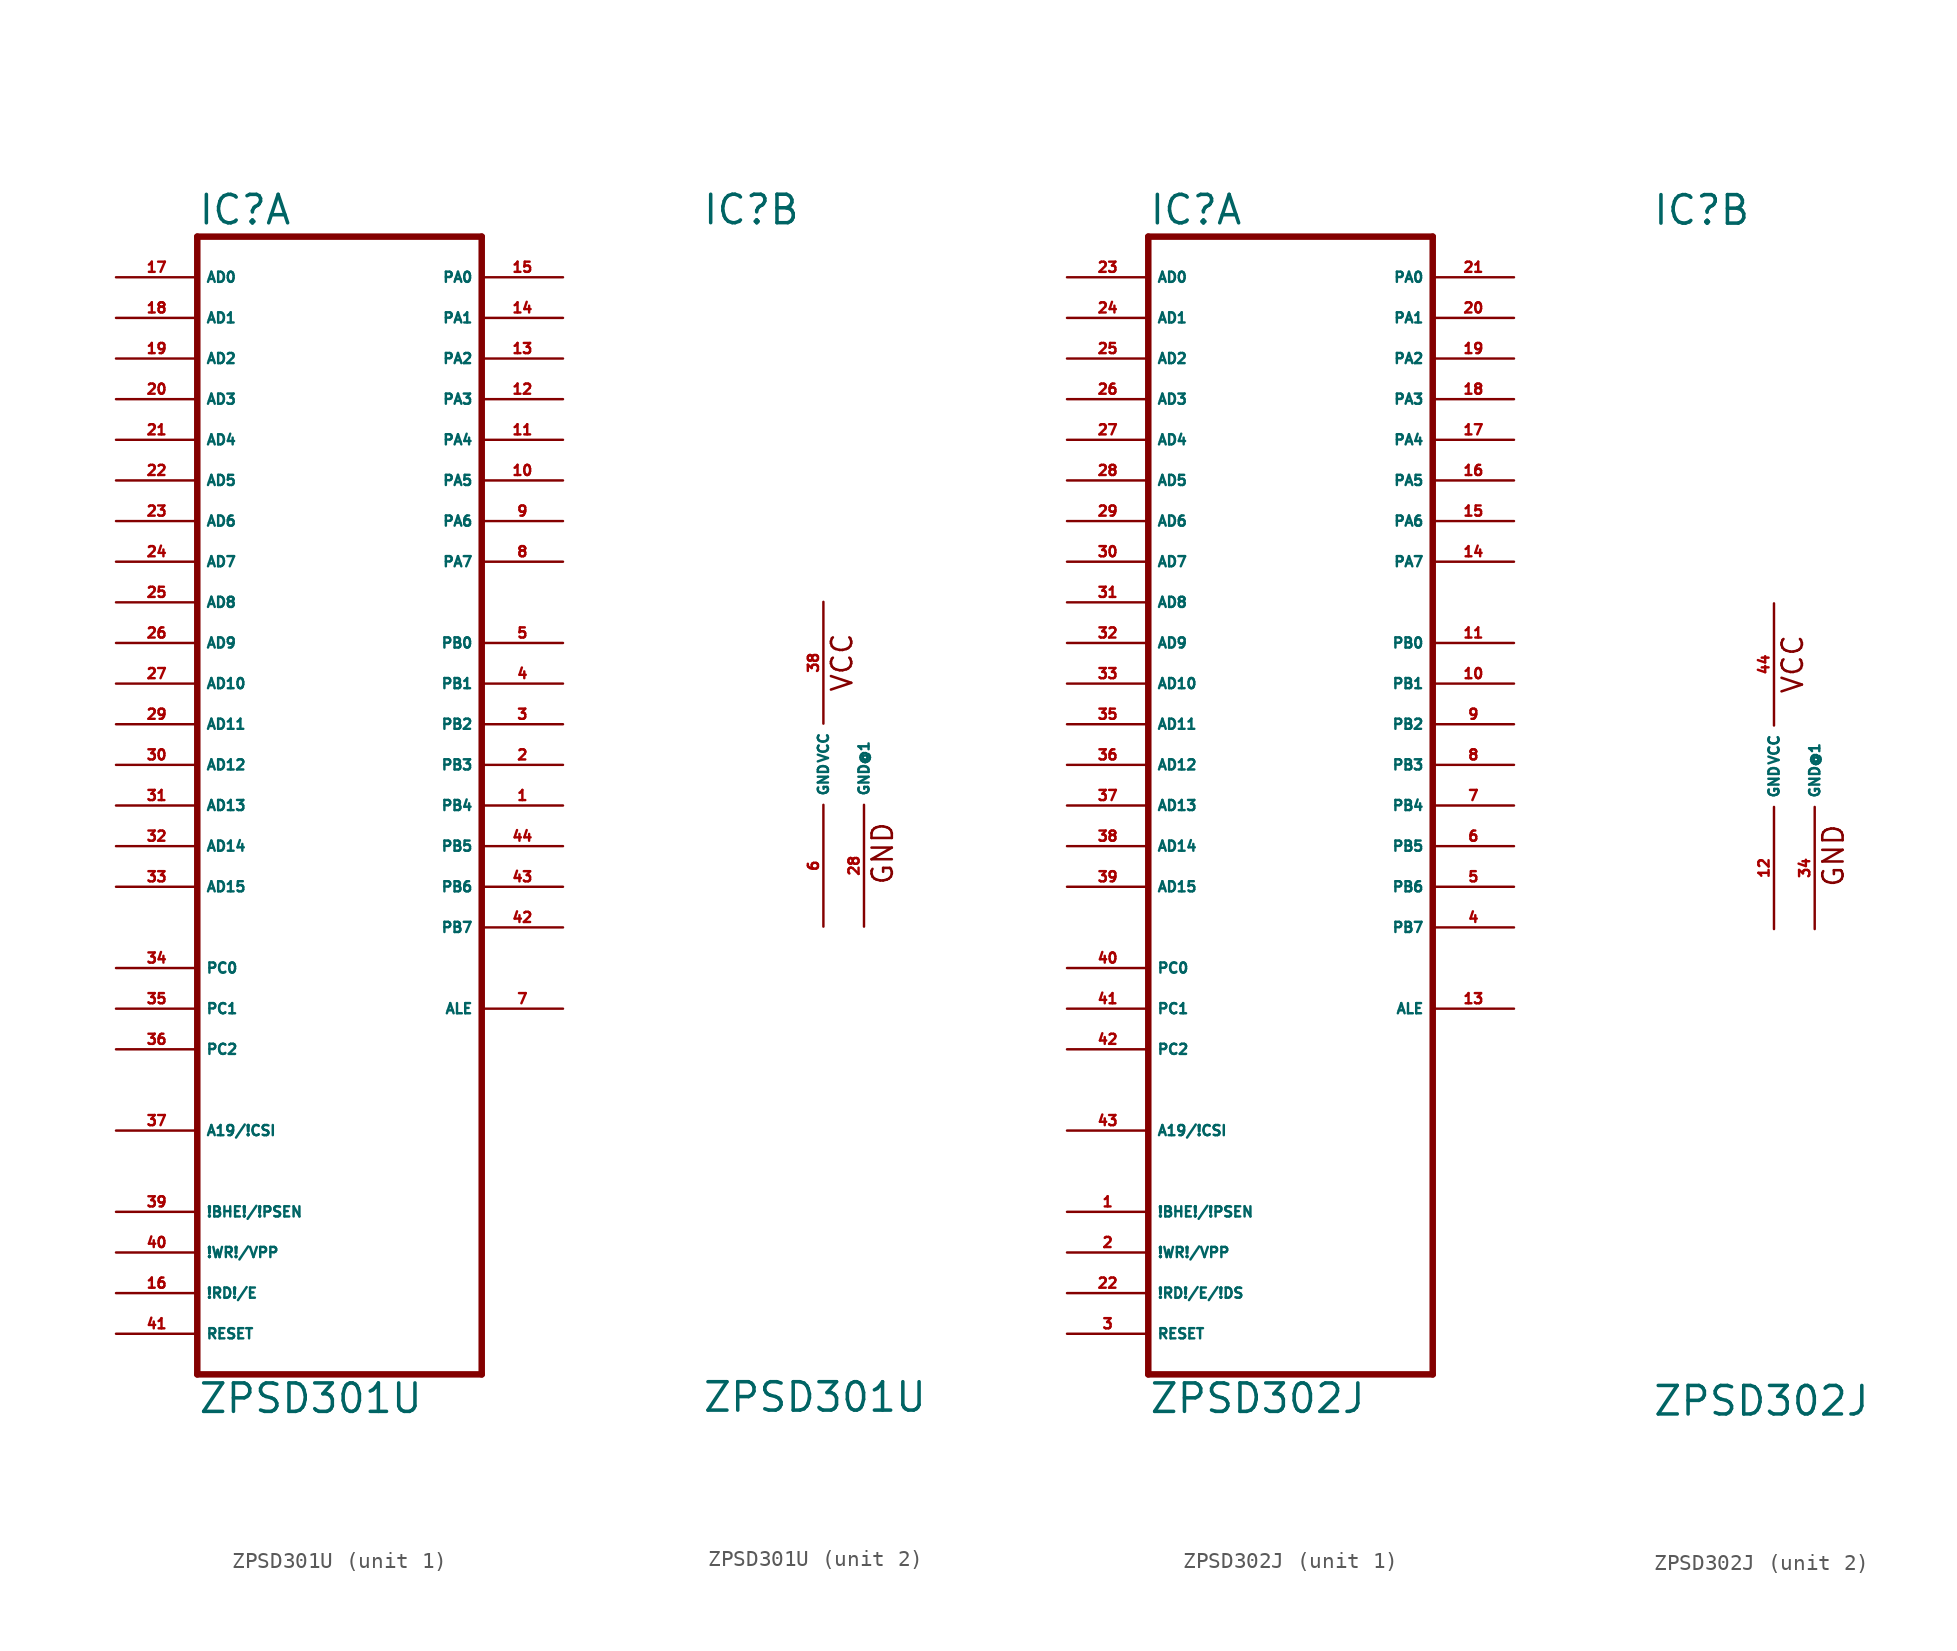
<source format=kicad_sym>
(kicad_symbol_lib
  (version 20220914)
  (generator Eagle2Kicad)
  (symbol "ZPSD301U"
    (property "Reference" "IC"
      (at -7.62 33.655 0)
      (effects (font (size 1.778 1.778) (thickness 0.22)) (justify left bottom)))
    (property "Value" "ZPSD301U"
      (at -7.62 -40.64 0)
      (effects (font (size 1.778 1.778) (thickness 0.22)) (justify left bottom)))
    (symbol "ZPSD301U_1_0"
      (polyline (pts (xy -7.62 -38.1) (xy 10.16 -38.1)) (stroke (width 0.406) (type default)) (fill (type none)))
      (polyline (pts (xy 10.16 -38.1) (xy 10.16 33.02)) (stroke (width 0.406) (type default)) (fill (type none)))
      (polyline (pts (xy 10.16 33.02) (xy -7.62 33.02)) (stroke (width 0.406) (type default)) (fill (type none)))
      (polyline (pts (xy -7.62 33.02) (xy -7.62 -38.1)) (stroke (width 0.406) (type default)) (fill (type none)))
      (pin input line (at -12.7 30.48 0) (length 5.08) (name "AD0" (effects (font (size 0.635 0.635) (thickness 0.08)) (justify left bottom))) (number "17" (effects (font (size 0.635 0.635) (thickness 0.08)) (justify left bottom))))
      (pin input line (at -12.7 27.94 0) (length 5.08) (name "AD1" (effects (font (size 0.635 0.635) (thickness 0.08)) (justify left bottom))) (number "18" (effects (font (size 0.635 0.635) (thickness 0.08)) (justify left bottom))))
      (pin input line (at -12.7 25.4 0) (length 5.08) (name "AD2" (effects (font (size 0.635 0.635) (thickness 0.08)) (justify left bottom))) (number "19" (effects (font (size 0.635 0.635) (thickness 0.08)) (justify left bottom))))
      (pin input line (at -12.7 22.86 0) (length 5.08) (name "AD3" (effects (font (size 0.635 0.635) (thickness 0.08)) (justify left bottom))) (number "20" (effects (font (size 0.635 0.635) (thickness 0.08)) (justify left bottom))))
      (pin input line (at -12.7 20.32 0) (length 5.08) (name "AD4" (effects (font (size 0.635 0.635) (thickness 0.08)) (justify left bottom))) (number "21" (effects (font (size 0.635 0.635) (thickness 0.08)) (justify left bottom))))
      (pin input line (at -12.7 17.78 0) (length 5.08) (name "AD5" (effects (font (size 0.635 0.635) (thickness 0.08)) (justify left bottom))) (number "22" (effects (font (size 0.635 0.635) (thickness 0.08)) (justify left bottom))))
      (pin input line (at -12.7 15.24 0) (length 5.08) (name "AD6" (effects (font (size 0.635 0.635) (thickness 0.08)) (justify left bottom))) (number "23" (effects (font (size 0.635 0.635) (thickness 0.08)) (justify left bottom))))
      (pin input line (at -12.7 12.7 0) (length 5.08) (name "AD7" (effects (font (size 0.635 0.635) (thickness 0.08)) (justify left bottom))) (number "24" (effects (font (size 0.635 0.635) (thickness 0.08)) (justify left bottom))))
      (pin input line (at -12.7 10.16 0) (length 5.08) (name "AD8" (effects (font (size 0.635 0.635) (thickness 0.08)) (justify left bottom))) (number "25" (effects (font (size 0.635 0.635) (thickness 0.08)) (justify left bottom))))
      (pin input line (at -12.7 7.62 0) (length 5.08) (name "AD9" (effects (font (size 0.635 0.635) (thickness 0.08)) (justify left bottom))) (number "26" (effects (font (size 0.635 0.635) (thickness 0.08)) (justify left bottom))))
      (pin input line (at -12.7 5.08 0) (length 5.08) (name "AD10" (effects (font (size 0.635 0.635) (thickness 0.08)) (justify left bottom))) (number "27" (effects (font (size 0.635 0.635) (thickness 0.08)) (justify left bottom))))
      (pin input line (at -12.7 2.54 0) (length 5.08) (name "AD11" (effects (font (size 0.635 0.635) (thickness 0.08)) (justify left bottom))) (number "29" (effects (font (size 0.635 0.635) (thickness 0.08)) (justify left bottom))))
      (pin input line (at -12.7 0 0) (length 5.08) (name "AD12" (effects (font (size 0.635 0.635) (thickness 0.08)) (justify left bottom))) (number "30" (effects (font (size 0.635 0.635) (thickness 0.08)) (justify left bottom))))
      (pin input line (at -12.7 -2.54 0) (length 5.08) (name "AD13" (effects (font (size 0.635 0.635) (thickness 0.08)) (justify left bottom))) (number "31" (effects (font (size 0.635 0.635) (thickness 0.08)) (justify left bottom))))
      (pin input line (at -12.7 -5.08 0) (length 5.08) (name "AD14" (effects (font (size 0.635 0.635) (thickness 0.08)) (justify left bottom))) (number "32" (effects (font (size 0.635 0.635) (thickness 0.08)) (justify left bottom))))
      (pin input line (at -12.7 -7.62 0) (length 5.08) (name "AD15" (effects (font (size 0.635 0.635) (thickness 0.08)) (justify left bottom))) (number "33" (effects (font (size 0.635 0.635) (thickness 0.08)) (justify left bottom))))
      (pin input line (at -12.7 -12.7 0) (length 5.08) (name "PC0" (effects (font (size 0.635 0.635) (thickness 0.08)) (justify left bottom))) (number "34" (effects (font (size 0.635 0.635) (thickness 0.08)) (justify left bottom))))
      (pin input line (at -12.7 -15.24 0) (length 5.08) (name "PC1" (effects (font (size 0.635 0.635) (thickness 0.08)) (justify left bottom))) (number "35" (effects (font (size 0.635 0.635) (thickness 0.08)) (justify left bottom))))
      (pin input line (at -12.7 -17.78 0) (length 5.08) (name "PC2" (effects (font (size 0.635 0.635) (thickness 0.08)) (justify left bottom))) (number "36" (effects (font (size 0.635 0.635) (thickness 0.08)) (justify left bottom))))
      (pin input line (at -12.7 -22.86 0) (length 5.08) (name "A19/!CSI" (effects (font (size 0.635 0.635) (thickness 0.08)) (justify left bottom))) (number "37" (effects (font (size 0.635 0.635) (thickness 0.08)) (justify left bottom))))
      (pin bidirectional line (at 15.24 30.48 180) (length 5.08) (name "PA0" (effects (font (size 0.635 0.635) (thickness 0.08)) (justify left bottom))) (number "15" (effects (font (size 0.635 0.635) (thickness 0.08)) (justify left bottom))))
      (pin bidirectional line (at 15.24 27.94 180) (length 5.08) (name "PA1" (effects (font (size 0.635 0.635) (thickness 0.08)) (justify left bottom))) (number "14" (effects (font (size 0.635 0.635) (thickness 0.08)) (justify left bottom))))
      (pin bidirectional line (at 15.24 25.4 180) (length 5.08) (name "PA2" (effects (font (size 0.635 0.635) (thickness 0.08)) (justify left bottom))) (number "13" (effects (font (size 0.635 0.635) (thickness 0.08)) (justify left bottom))))
      (pin bidirectional line (at 15.24 22.86 180) (length 5.08) (name "PA3" (effects (font (size 0.635 0.635) (thickness 0.08)) (justify left bottom))) (number "12" (effects (font (size 0.635 0.635) (thickness 0.08)) (justify left bottom))))
      (pin bidirectional line (at 15.24 20.32 180) (length 5.08) (name "PA4" (effects (font (size 0.635 0.635) (thickness 0.08)) (justify left bottom))) (number "11" (effects (font (size 0.635 0.635) (thickness 0.08)) (justify left bottom))))
      (pin bidirectional line (at 15.24 17.78 180) (length 5.08) (name "PA5" (effects (font (size 0.635 0.635) (thickness 0.08)) (justify left bottom))) (number "10" (effects (font (size 0.635 0.635) (thickness 0.08)) (justify left bottom))))
      (pin bidirectional line (at 15.24 15.24 180) (length 5.08) (name "PA6" (effects (font (size 0.635 0.635) (thickness 0.08)) (justify left bottom))) (number "9" (effects (font (size 0.635 0.635) (thickness 0.08)) (justify left bottom))))
      (pin bidirectional line (at 15.24 12.7 180) (length 5.08) (name "PA7" (effects (font (size 0.635 0.635) (thickness 0.08)) (justify left bottom))) (number "8" (effects (font (size 0.635 0.635) (thickness 0.08)) (justify left bottom))))
      (pin output line (at 15.24 7.62 180) (length 5.08) (name "PB0" (effects (font (size 0.635 0.635) (thickness 0.08)) (justify left bottom))) (number "5" (effects (font (size 0.635 0.635) (thickness 0.08)) (justify left bottom))))
      (pin output line (at 15.24 5.08 180) (length 5.08) (name "PB1" (effects (font (size 0.635 0.635) (thickness 0.08)) (justify left bottom))) (number "4" (effects (font (size 0.635 0.635) (thickness 0.08)) (justify left bottom))))
      (pin output line (at 15.24 2.54 180) (length 5.08) (name "PB2" (effects (font (size 0.635 0.635) (thickness 0.08)) (justify left bottom))) (number "3" (effects (font (size 0.635 0.635) (thickness 0.08)) (justify left bottom))))
      (pin output line (at 15.24 0 180) (length 5.08) (name "PB3" (effects (font (size 0.635 0.635) (thickness 0.08)) (justify left bottom))) (number "2" (effects (font (size 0.635 0.635) (thickness 0.08)) (justify left bottom))))
      (pin output line (at 15.24 -2.54 180) (length 5.08) (name "PB4" (effects (font (size 0.635 0.635) (thickness 0.08)) (justify left bottom))) (number "1" (effects (font (size 0.635 0.635) (thickness 0.08)) (justify left bottom))))
      (pin output line (at 15.24 -5.08 180) (length 5.08) (name "PB5" (effects (font (size 0.635 0.635) (thickness 0.08)) (justify left bottom))) (number "44" (effects (font (size 0.635 0.635) (thickness 0.08)) (justify left bottom))))
      (pin output line (at 15.24 -7.62 180) (length 5.08) (name "PB6" (effects (font (size 0.635 0.635) (thickness 0.08)) (justify left bottom))) (number "43" (effects (font (size 0.635 0.635) (thickness 0.08)) (justify left bottom))))
      (pin output line (at 15.24 -10.16 180) (length 5.08) (name "PB7" (effects (font (size 0.635 0.635) (thickness 0.08)) (justify left bottom))) (number "42" (effects (font (size 0.635 0.635) (thickness 0.08)) (justify left bottom))))
      (pin output line (at 15.24 -15.24 180) (length 5.08) (name "ALE" (effects (font (size 0.635 0.635) (thickness 0.08)) (justify left bottom))) (number "7" (effects (font (size 0.635 0.635) (thickness 0.08)) (justify left bottom))))
      (pin input line (at -12.7 -27.94 0) (length 5.08) (name "!BHE!/!PSEN" (effects (font (size 0.635 0.635) (thickness 0.08)) (justify left bottom))) (number "39" (effects (font (size 0.635 0.635) (thickness 0.08)) (justify left bottom))))
      (pin input line (at -12.7 -30.48 0) (length 5.08) (name "!WR!/VPP" (effects (font (size 0.635 0.635) (thickness 0.08)) (justify left bottom))) (number "40" (effects (font (size 0.635 0.635) (thickness 0.08)) (justify left bottom))))
      (pin input line (at -12.7 -33.02 0) (length 5.08) (name "!RD!/E" (effects (font (size 0.635 0.635) (thickness 0.08)) (justify left bottom))) (number "16" (effects (font (size 0.635 0.635) (thickness 0.08)) (justify left bottom))))
      (pin input line (at -12.7 -35.56 0) (length 5.08) (name "RESET" (effects (font (size 0.635 0.635) (thickness 0.08)) (justify left bottom))) (number "41" (effects (font (size 0.635 0.635) (thickness 0.08)) (justify left bottom)))))
    (symbol "ZPSD301U_2_0"
      (text "VCC" (at 1.905 4.445 900) (effects (font (size 1.27 1.27) (thickness 0.16)) (justify left bottom)))
      (text "GND" (at 4.445 -7.62 900) (effects (font (size 1.27 1.27) (thickness 0.16)) (justify left bottom)))
      (pin unspecified line (at 0 10.16 270) (length 7.62) (name "VCC" (effects (font (size 0.635 0.635) (thickness 0.08)) (justify left bottom))) (number "38" (effects (font (size 0.635 0.635) (thickness 0.08)) (justify left bottom))))
      (pin unspecified line (at 0 -10.16 90) (length 7.62) (name "GND" (effects (font (size 0.635 0.635) (thickness 0.08)) (justify left bottom))) (number "6" (effects (font (size 0.635 0.635) (thickness 0.08)) (justify left bottom))))
      (pin unspecified line (at 2.54 -10.16 90) (length 7.62) (name "GND@1" (effects (font (size 0.635 0.635) (thickness 0.08)) (justify left bottom))) (number "28" (effects (font (size 0.635 0.635) (thickness 0.08)) (justify left bottom))))))
  (symbol "ZPSD302J"
    (property "Reference" "IC"
      (at -7.62 33.655 0)
      (effects (font (size 1.778 1.778) (thickness 0.22)) (justify left bottom)))
    (property "Value" "ZPSD302J"
      (at -7.62 -40.64 0)
      (effects (font (size 1.778 1.778) (thickness 0.22)) (justify left bottom)))
    (symbol "ZPSD302J_1_0"
      (polyline (pts (xy -7.62 -38.1) (xy 10.16 -38.1)) (stroke (width 0.406) (type default)) (fill (type none)))
      (polyline (pts (xy 10.16 -38.1) (xy 10.16 33.02)) (stroke (width 0.406) (type default)) (fill (type none)))
      (polyline (pts (xy 10.16 33.02) (xy -7.62 33.02)) (stroke (width 0.406) (type default)) (fill (type none)))
      (polyline (pts (xy -7.62 33.02) (xy -7.62 -38.1)) (stroke (width 0.406) (type default)) (fill (type none)))
      (pin input line (at -12.7 30.48 0) (length 5.08) (name "AD0" (effects (font (size 0.635 0.635) (thickness 0.08)) (justify left bottom))) (number "23" (effects (font (size 0.635 0.635) (thickness 0.08)) (justify left bottom))))
      (pin input line (at -12.7 27.94 0) (length 5.08) (name "AD1" (effects (font (size 0.635 0.635) (thickness 0.08)) (justify left bottom))) (number "24" (effects (font (size 0.635 0.635) (thickness 0.08)) (justify left bottom))))
      (pin input line (at -12.7 25.4 0) (length 5.08) (name "AD2" (effects (font (size 0.635 0.635) (thickness 0.08)) (justify left bottom))) (number "25" (effects (font (size 0.635 0.635) (thickness 0.08)) (justify left bottom))))
      (pin input line (at -12.7 22.86 0) (length 5.08) (name "AD3" (effects (font (size 0.635 0.635) (thickness 0.08)) (justify left bottom))) (number "26" (effects (font (size 0.635 0.635) (thickness 0.08)) (justify left bottom))))
      (pin input line (at -12.7 20.32 0) (length 5.08) (name "AD4" (effects (font (size 0.635 0.635) (thickness 0.08)) (justify left bottom))) (number "27" (effects (font (size 0.635 0.635) (thickness 0.08)) (justify left bottom))))
      (pin input line (at -12.7 17.78 0) (length 5.08) (name "AD5" (effects (font (size 0.635 0.635) (thickness 0.08)) (justify left bottom))) (number "28" (effects (font (size 0.635 0.635) (thickness 0.08)) (justify left bottom))))
      (pin input line (at -12.7 15.24 0) (length 5.08) (name "AD6" (effects (font (size 0.635 0.635) (thickness 0.08)) (justify left bottom))) (number "29" (effects (font (size 0.635 0.635) (thickness 0.08)) (justify left bottom))))
      (pin input line (at -12.7 12.7 0) (length 5.08) (name "AD7" (effects (font (size 0.635 0.635) (thickness 0.08)) (justify left bottom))) (number "30" (effects (font (size 0.635 0.635) (thickness 0.08)) (justify left bottom))))
      (pin input line (at -12.7 10.16 0) (length 5.08) (name "AD8" (effects (font (size 0.635 0.635) (thickness 0.08)) (justify left bottom))) (number "31" (effects (font (size 0.635 0.635) (thickness 0.08)) (justify left bottom))))
      (pin input line (at -12.7 7.62 0) (length 5.08) (name "AD9" (effects (font (size 0.635 0.635) (thickness 0.08)) (justify left bottom))) (number "32" (effects (font (size 0.635 0.635) (thickness 0.08)) (justify left bottom))))
      (pin input line (at -12.7 5.08 0) (length 5.08) (name "AD10" (effects (font (size 0.635 0.635) (thickness 0.08)) (justify left bottom))) (number "33" (effects (font (size 0.635 0.635) (thickness 0.08)) (justify left bottom))))
      (pin input line (at -12.7 2.54 0) (length 5.08) (name "AD11" (effects (font (size 0.635 0.635) (thickness 0.08)) (justify left bottom))) (number "35" (effects (font (size 0.635 0.635) (thickness 0.08)) (justify left bottom))))
      (pin input line (at -12.7 0 0) (length 5.08) (name "AD12" (effects (font (size 0.635 0.635) (thickness 0.08)) (justify left bottom))) (number "36" (effects (font (size 0.635 0.635) (thickness 0.08)) (justify left bottom))))
      (pin input line (at -12.7 -2.54 0) (length 5.08) (name "AD13" (effects (font (size 0.635 0.635) (thickness 0.08)) (justify left bottom))) (number "37" (effects (font (size 0.635 0.635) (thickness 0.08)) (justify left bottom))))
      (pin input line (at -12.7 -5.08 0) (length 5.08) (name "AD14" (effects (font (size 0.635 0.635) (thickness 0.08)) (justify left bottom))) (number "38" (effects (font (size 0.635 0.635) (thickness 0.08)) (justify left bottom))))
      (pin input line (at -12.7 -7.62 0) (length 5.08) (name "AD15" (effects (font (size 0.635 0.635) (thickness 0.08)) (justify left bottom))) (number "39" (effects (font (size 0.635 0.635) (thickness 0.08)) (justify left bottom))))
      (pin input line (at -12.7 -12.7 0) (length 5.08) (name "PC0" (effects (font (size 0.635 0.635) (thickness 0.08)) (justify left bottom))) (number "40" (effects (font (size 0.635 0.635) (thickness 0.08)) (justify left bottom))))
      (pin input line (at -12.7 -15.24 0) (length 5.08) (name "PC1" (effects (font (size 0.635 0.635) (thickness 0.08)) (justify left bottom))) (number "41" (effects (font (size 0.635 0.635) (thickness 0.08)) (justify left bottom))))
      (pin input line (at -12.7 -17.78 0) (length 5.08) (name "PC2" (effects (font (size 0.635 0.635) (thickness 0.08)) (justify left bottom))) (number "42" (effects (font (size 0.635 0.635) (thickness 0.08)) (justify left bottom))))
      (pin input line (at -12.7 -22.86 0) (length 5.08) (name "A19/!CSI" (effects (font (size 0.635 0.635) (thickness 0.08)) (justify left bottom))) (number "43" (effects (font (size 0.635 0.635) (thickness 0.08)) (justify left bottom))))
      (pin bidirectional line (at 15.24 30.48 180) (length 5.08) (name "PA0" (effects (font (size 0.635 0.635) (thickness 0.08)) (justify left bottom))) (number "21" (effects (font (size 0.635 0.635) (thickness 0.08)) (justify left bottom))))
      (pin bidirectional line (at 15.24 27.94 180) (length 5.08) (name "PA1" (effects (font (size 0.635 0.635) (thickness 0.08)) (justify left bottom))) (number "20" (effects (font (size 0.635 0.635) (thickness 0.08)) (justify left bottom))))
      (pin bidirectional line (at 15.24 25.4 180) (length 5.08) (name "PA2" (effects (font (size 0.635 0.635) (thickness 0.08)) (justify left bottom))) (number "19" (effects (font (size 0.635 0.635) (thickness 0.08)) (justify left bottom))))
      (pin bidirectional line (at 15.24 22.86 180) (length 5.08) (name "PA3" (effects (font (size 0.635 0.635) (thickness 0.08)) (justify left bottom))) (number "18" (effects (font (size 0.635 0.635) (thickness 0.08)) (justify left bottom))))
      (pin bidirectional line (at 15.24 20.32 180) (length 5.08) (name "PA4" (effects (font (size 0.635 0.635) (thickness 0.08)) (justify left bottom))) (number "17" (effects (font (size 0.635 0.635) (thickness 0.08)) (justify left bottom))))
      (pin bidirectional line (at 15.24 17.78 180) (length 5.08) (name "PA5" (effects (font (size 0.635 0.635) (thickness 0.08)) (justify left bottom))) (number "16" (effects (font (size 0.635 0.635) (thickness 0.08)) (justify left bottom))))
      (pin bidirectional line (at 15.24 15.24 180) (length 5.08) (name "PA6" (effects (font (size 0.635 0.635) (thickness 0.08)) (justify left bottom))) (number "15" (effects (font (size 0.635 0.635) (thickness 0.08)) (justify left bottom))))
      (pin bidirectional line (at 15.24 12.7 180) (length 5.08) (name "PA7" (effects (font (size 0.635 0.635) (thickness 0.08)) (justify left bottom))) (number "14" (effects (font (size 0.635 0.635) (thickness 0.08)) (justify left bottom))))
      (pin output line (at 15.24 7.62 180) (length 5.08) (name "PB0" (effects (font (size 0.635 0.635) (thickness 0.08)) (justify left bottom))) (number "11" (effects (font (size 0.635 0.635) (thickness 0.08)) (justify left bottom))))
      (pin output line (at 15.24 5.08 180) (length 5.08) (name "PB1" (effects (font (size 0.635 0.635) (thickness 0.08)) (justify left bottom))) (number "10" (effects (font (size 0.635 0.635) (thickness 0.08)) (justify left bottom))))
      (pin output line (at 15.24 2.54 180) (length 5.08) (name "PB2" (effects (font (size 0.635 0.635) (thickness 0.08)) (justify left bottom))) (number "9" (effects (font (size 0.635 0.635) (thickness 0.08)) (justify left bottom))))
      (pin output line (at 15.24 0 180) (length 5.08) (name "PB3" (effects (font (size 0.635 0.635) (thickness 0.08)) (justify left bottom))) (number "8" (effects (font (size 0.635 0.635) (thickness 0.08)) (justify left bottom))))
      (pin output line (at 15.24 -2.54 180) (length 5.08) (name "PB4" (effects (font (size 0.635 0.635) (thickness 0.08)) (justify left bottom))) (number "7" (effects (font (size 0.635 0.635) (thickness 0.08)) (justify left bottom))))
      (pin output line (at 15.24 -5.08 180) (length 5.08) (name "PB5" (effects (font (size 0.635 0.635) (thickness 0.08)) (justify left bottom))) (number "6" (effects (font (size 0.635 0.635) (thickness 0.08)) (justify left bottom))))
      (pin output line (at 15.24 -7.62 180) (length 5.08) (name "PB6" (effects (font (size 0.635 0.635) (thickness 0.08)) (justify left bottom))) (number "5" (effects (font (size 0.635 0.635) (thickness 0.08)) (justify left bottom))))
      (pin output line (at 15.24 -10.16 180) (length 5.08) (name "PB7" (effects (font (size 0.635 0.635) (thickness 0.08)) (justify left bottom))) (number "4" (effects (font (size 0.635 0.635) (thickness 0.08)) (justify left bottom))))
      (pin output line (at 15.24 -15.24 180) (length 5.08) (name "ALE" (effects (font (size 0.635 0.635) (thickness 0.08)) (justify left bottom))) (number "13" (effects (font (size 0.635 0.635) (thickness 0.08)) (justify left bottom))))
      (pin input line (at -12.7 -27.94 0) (length 5.08) (name "!BHE!/!PSEN" (effects (font (size 0.635 0.635) (thickness 0.08)) (justify left bottom))) (number "1" (effects (font (size 0.635 0.635) (thickness 0.08)) (justify left bottom))))
      (pin input line (at -12.7 -30.48 0) (length 5.08) (name "!WR!/VPP" (effects (font (size 0.635 0.635) (thickness 0.08)) (justify left bottom))) (number "2" (effects (font (size 0.635 0.635) (thickness 0.08)) (justify left bottom))))
      (pin input line (at -12.7 -33.02 0) (length 5.08) (name "!RD!/E/!DS" (effects (font (size 0.635 0.635) (thickness 0.08)) (justify left bottom))) (number "22" (effects (font (size 0.635 0.635) (thickness 0.08)) (justify left bottom))))
      (pin input line (at -12.7 -35.56 0) (length 5.08) (name "RESET" (effects (font (size 0.635 0.635) (thickness 0.08)) (justify left bottom))) (number "3" (effects (font (size 0.635 0.635) (thickness 0.08)) (justify left bottom)))))
    (symbol "ZPSD302J_2_0"
      (text "VCC" (at 1.905 4.445 900) (effects (font (size 1.27 1.27) (thickness 0.16)) (justify left bottom)))
      (text "GND" (at 4.445 -7.62 900) (effects (font (size 1.27 1.27) (thickness 0.16)) (justify left bottom)))
      (pin unspecified line (at 0 10.16 270) (length 7.62) (name "VCC" (effects (font (size 0.635 0.635) (thickness 0.08)) (justify left bottom))) (number "44" (effects (font (size 0.635 0.635) (thickness 0.08)) (justify left bottom))))
      (pin unspecified line (at 0 -10.16 90) (length 7.62) (name "GND" (effects (font (size 0.635 0.635) (thickness 0.08)) (justify left bottom))) (number "12" (effects (font (size 0.635 0.635) (thickness 0.08)) (justify left bottom))))
      (pin unspecified line (at 2.54 -10.16 90) (length 7.62) (name "GND@1" (effects (font (size 0.635 0.635) (thickness 0.08)) (justify left bottom))) (number "34" (effects (font (size 0.635 0.635) (thickness 0.08)) (justify left bottom)))))))
</source>
